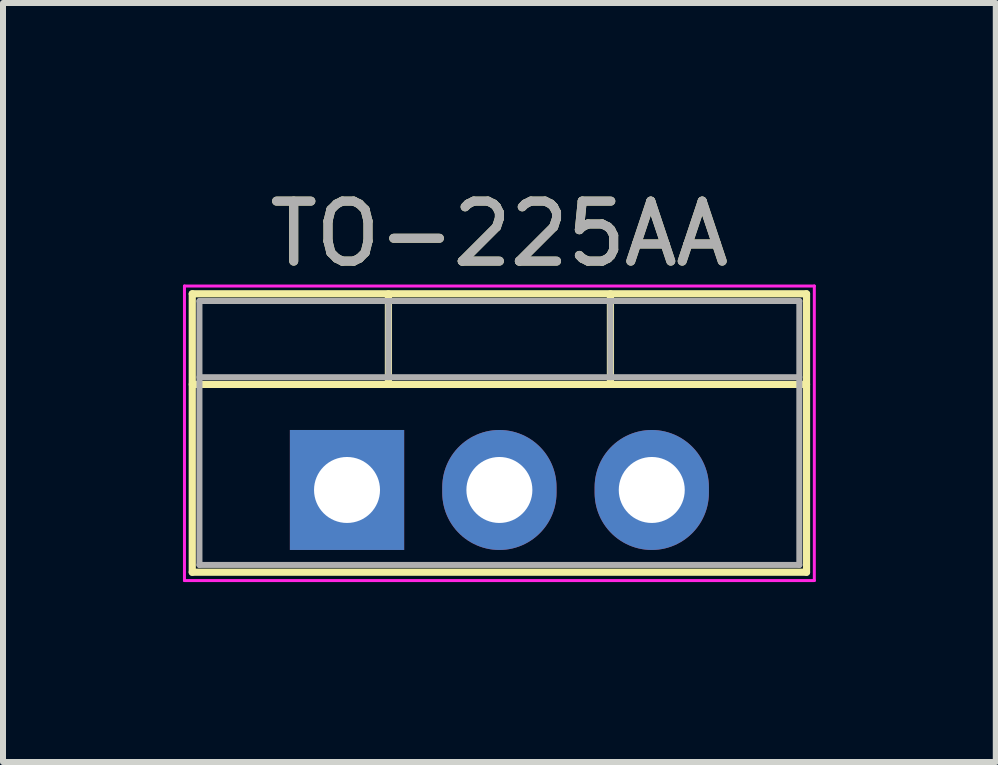
<source format=kicad_pcb>
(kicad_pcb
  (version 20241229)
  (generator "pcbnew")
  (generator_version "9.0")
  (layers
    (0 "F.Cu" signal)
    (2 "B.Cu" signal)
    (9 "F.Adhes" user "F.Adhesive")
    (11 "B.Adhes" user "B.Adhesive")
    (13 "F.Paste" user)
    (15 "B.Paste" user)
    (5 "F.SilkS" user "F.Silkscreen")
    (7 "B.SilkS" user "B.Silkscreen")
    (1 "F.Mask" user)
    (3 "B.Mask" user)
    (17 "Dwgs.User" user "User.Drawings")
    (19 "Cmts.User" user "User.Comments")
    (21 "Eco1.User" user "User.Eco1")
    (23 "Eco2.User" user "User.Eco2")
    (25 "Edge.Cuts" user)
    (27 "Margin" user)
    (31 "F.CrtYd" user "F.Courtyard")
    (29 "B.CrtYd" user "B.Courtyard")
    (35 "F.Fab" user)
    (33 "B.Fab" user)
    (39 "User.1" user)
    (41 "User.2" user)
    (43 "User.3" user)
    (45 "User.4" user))
  (footprint "TO-225AA"
    (layer "F.Cu")
    (at 2.735 5.118)
    (property "Reference" "TO-225AA" (at 2.54 -4.27 0) (layer "F.SilkS") (effects (font (size 1 1) (thickness 0.15))))
    (attr through_hole)
    (fp_line (start -2.58 -3.27) (end -2.58 1.371) (stroke (width 0.12) (type solid)) (layer "F.SilkS"))
    (fp_line (start -2.58 -3.27) (end 7.66 -3.27) (stroke (width 0.12) (type solid)) (layer "F.SilkS"))
    (fp_line (start -2.58 -1.76) (end 7.66 -1.76) (stroke (width 0.12) (type solid)) (layer "F.SilkS"))
    (fp_line (start -2.58 1.371) (end 7.66 1.371) (stroke (width 0.12) (type solid)) (layer "F.SilkS"))
    (fp_line (start 0.69 -3.27) (end 0.69 -1.76) (stroke (width 0.12) (type solid)) (layer "F.SilkS"))
    (fp_line (start 4.391 -3.27) (end 4.391 -1.76) (stroke (width 0.12) (type solid)) (layer "F.SilkS"))
    (fp_line (start 7.66 -3.27) (end 7.66 1.371) (stroke (width 0.12) (type solid)) (layer "F.SilkS"))
    (fp_line (start -2.71 -3.4) (end -2.71 1.51) (stroke (width 0.05) (type solid)) (layer "F.CrtYd"))
    (fp_line (start -2.71 1.51) (end 7.79 1.51) (stroke (width 0.05) (type solid)) (layer "F.CrtYd"))
    (fp_line (start 7.79 -3.4) (end -2.71 -3.4) (stroke (width 0.05) (type solid)) (layer "F.CrtYd"))
    (fp_line (start 7.79 1.51) (end 7.79 -3.4) (stroke (width 0.05) (type solid)) (layer "F.CrtYd"))
    (fp_line (start -2.46 -3.15) (end -2.46 1.25) (stroke (width 0.1) (type solid)) (layer "F.Fab"))
    (fp_line (start -2.46 -1.88) (end 7.54 -1.88) (stroke (width 0.1) (type solid)) (layer "F.Fab"))
    (fp_line (start -2.46 1.25) (end 7.54 1.25) (stroke (width 0.1) (type solid)) (layer "F.Fab"))
    (fp_line (start 0.69 -3.15) (end 0.69 -1.88) (stroke (width 0.1) (type solid)) (layer "F.Fab"))
    (fp_line (start 4.39 -3.15) (end 4.39 -1.88) (stroke (width 0.1) (type solid)) (layer "F.Fab"))
    (fp_line (start 7.54 -3.15) (end -2.46 -3.15) (stroke (width 0.1) (type solid)) (layer "F.Fab"))
    (fp_line (start 7.54 1.25) (end 7.54 -3.15) (stroke (width 0.1) (type solid)) (layer "F.Fab"))
    (fp_text user "${REFERENCE}" (at 2.54 -4.27 0) (layer "F.Fab") (effects (font (size 1 1) (thickness 0.15))))
    (pad "1" thru_hole rect (at 0 0) (size 1.905 2) (drill 1.1) (layers "*.Cu" "*.Mask"))
    (pad "2" thru_hole oval (at 2.54 0) (size 1.905 2) (drill 1.1) (layers "*.Cu" "*.Mask"))
    (pad "3" thru_hole oval (at 5.08 0) (size 1.905 2) (drill 1.1) (layers "*.Cu" "*.Mask")))
  (gr_rect
    (start -3 -3)
    (end 13.55 9.653)
    (stroke (width 0.1) (type default))
    (fill no)
    (layer "Edge.Cuts")))
</source>
